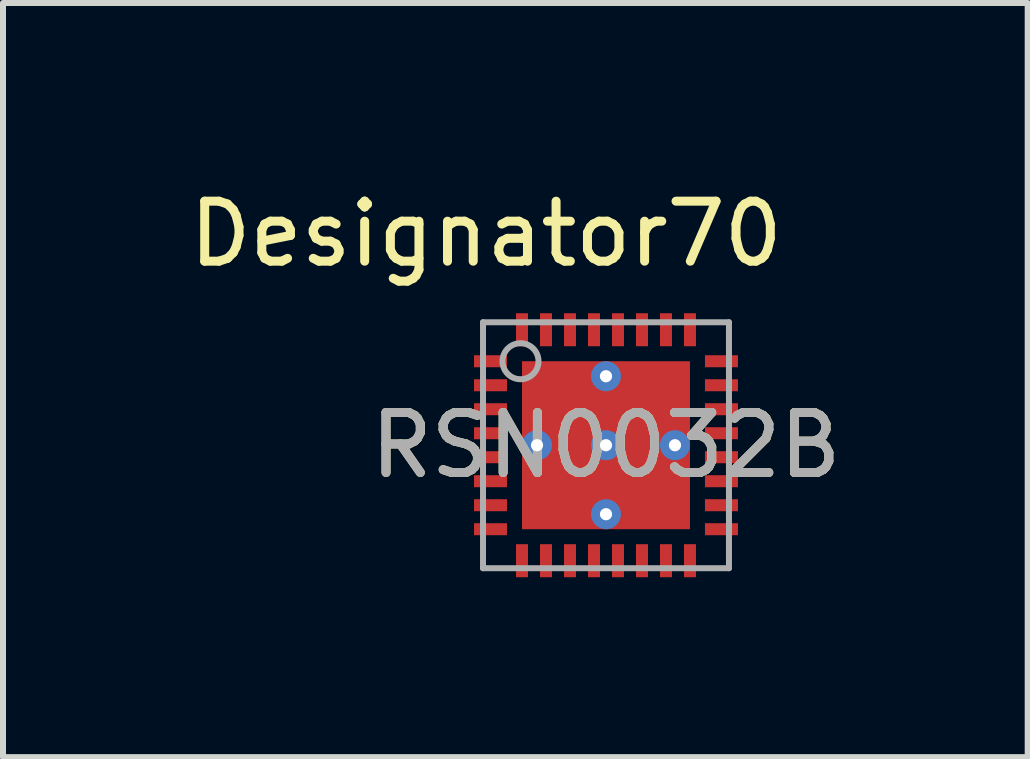
<source format=kicad_pcb>
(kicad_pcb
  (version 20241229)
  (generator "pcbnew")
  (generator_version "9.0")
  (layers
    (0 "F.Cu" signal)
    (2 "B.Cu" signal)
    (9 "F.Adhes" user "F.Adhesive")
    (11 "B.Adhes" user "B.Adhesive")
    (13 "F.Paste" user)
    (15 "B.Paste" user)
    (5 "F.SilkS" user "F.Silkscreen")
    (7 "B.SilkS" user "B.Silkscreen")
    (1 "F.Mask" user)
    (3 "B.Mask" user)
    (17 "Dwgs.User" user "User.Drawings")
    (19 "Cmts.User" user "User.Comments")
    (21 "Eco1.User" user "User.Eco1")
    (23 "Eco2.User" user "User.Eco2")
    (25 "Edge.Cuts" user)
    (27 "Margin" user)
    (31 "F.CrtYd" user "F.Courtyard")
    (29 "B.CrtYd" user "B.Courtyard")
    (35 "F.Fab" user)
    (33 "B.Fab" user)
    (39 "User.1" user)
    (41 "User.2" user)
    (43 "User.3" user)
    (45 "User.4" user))
  (footprint "RSN0032B"
    (layer "F.Cu")
    (at 7.052 4.372)
    (property "Reference" "RSN0032B" (at 0 0 0) (unlocked yes) (layer "F.SilkS") (effects (font (size 1 1) (thickness 0.15))))
    (attr smd)
    (fp_poly (pts (xy -0.1 -1.281) (xy -0.1 -0.149) (xy -0.101 -0.14) (xy -0.104 -0.13) (xy -0.108 -0.122) (xy -0.114 -0.114) (xy -0.122 -0.108) (xy -0.13 -0.104) (xy -0.14 -0.101) (xy -0.149 -0.1) (xy -1.281 -0.1) (xy -1.29 -0.101) (xy -1.3 -0.104) (xy -1.308 -0.108) (xy -1.316 -0.114) (xy -1.322 -0.122) (xy -1.326 -0.13) (xy -1.329 -0.14) (xy -1.33 -0.149) (xy -1.33 -1.281) (xy -1.329 -1.29) (xy -1.326 -1.3) (xy -1.322 -1.308) (xy -1.316 -1.316) (xy -1.308 -1.322) (xy -1.3 -1.326) (xy -1.29 -1.329) (xy -1.281 -1.33) (xy -0.149 -1.33) (xy -0.14 -1.329) (xy -0.13 -1.326) (xy -0.122 -1.322) (xy -0.114 -1.316) (xy -0.108 -1.308) (xy -0.104 -1.3) (xy -0.101 -1.29)) (stroke (width 0) (type solid)) (fill yes) (layer "F.Paste"))
    (fp_poly (pts (xy -0.1 0.149) (xy -0.1 1.281) (xy -0.101 1.29) (xy -0.104 1.3) (xy -0.108 1.308) (xy -0.114 1.316) (xy -0.122 1.322) (xy -0.13 1.326) (xy -0.14 1.329) (xy -0.149 1.33) (xy -1.281 1.33) (xy -1.29 1.329) (xy -1.3 1.326) (xy -1.308 1.322) (xy -1.316 1.316) (xy -1.322 1.308) (xy -1.326 1.3) (xy -1.329 1.29) (xy -1.33 1.281) (xy -1.33 0.149) (xy -1.329 0.14) (xy -1.326 0.13) (xy -1.322 0.122) (xy -1.316 0.114) (xy -1.308 0.108) (xy -1.3 0.104) (xy -1.29 0.101) (xy -1.281 0.1) (xy -0.149 0.1) (xy -0.14 0.101) (xy -0.13 0.104) (xy -0.122 0.108) (xy -0.114 0.114) (xy -0.108 0.122) (xy -0.104 0.13) (xy -0.101 0.14)) (stroke (width 0) (type solid)) (fill yes) (layer "F.Paste"))
    (fp_poly (pts (xy 0.1 -0.149) (xy 0.1 -1.281) (xy 0.101 -1.29) (xy 0.104 -1.3) (xy 0.108 -1.308) (xy 0.114 -1.316) (xy 0.122 -1.322) (xy 0.13 -1.326) (xy 0.14 -1.329) (xy 0.149 -1.33) (xy 1.281 -1.33) (xy 1.29 -1.329) (xy 1.3 -1.326) (xy 1.308 -1.322) (xy 1.316 -1.316) (xy 1.322 -1.308) (xy 1.326 -1.3) (xy 1.329 -1.29) (xy 1.33 -1.281) (xy 1.33 -0.149) (xy 1.329 -0.14) (xy 1.326 -0.13) (xy 1.322 -0.122) (xy 1.316 -0.114) (xy 1.308 -0.108) (xy 1.3 -0.104) (xy 1.29 -0.101) (xy 1.281 -0.1) (xy 0.149 -0.1) (xy 0.14 -0.101) (xy 0.13 -0.104) (xy 0.122 -0.108) (xy 0.114 -0.114) (xy 0.108 -0.122) (xy 0.104 -0.13) (xy 0.101 -0.14)) (stroke (width 0) (type solid)) (fill yes) (layer "F.Paste"))
    (fp_poly (pts (xy 0.1 1.281) (xy 0.1 0.149) (xy 0.101 0.14) (xy 0.104 0.13) (xy 0.108 0.122) (xy 0.114 0.114) (xy 0.122 0.108) (xy 0.13 0.104) (xy 0.14 0.101) (xy 0.149 0.1) (xy 1.281 0.1) (xy 1.29 0.101) (xy 1.3 0.104) (xy 1.308 0.108) (xy 1.316 0.114) (xy 1.322 0.122) (xy 1.326 0.13) (xy 1.329 0.14) (xy 1.33 0.149) (xy 1.33 1.281) (xy 1.329 1.29) (xy 1.326 1.3) (xy 1.322 1.308) (xy 1.316 1.316) (xy 1.308 1.322) (xy 1.3 1.326) (xy 1.29 1.329) (xy 1.281 1.33) (xy 0.149 1.33) (xy 0.14 1.329) (xy 0.13 1.326) (xy 0.122 1.322) (xy 0.114 1.316) (xy 0.108 1.308) (xy 0.104 1.3) (xy 0.101 1.29)) (stroke (width 0) (type solid)) (fill yes) (layer "F.Paste"))
    (fp_line (start -2.05 -2.05) (end 2.05 -2.05) (stroke (width 0.1) (type solid)) (layer "F.Fab"))
    (fp_line (start -2.05 2.05) (end -2.05 -2.05) (stroke (width 0.1) (type solid)) (layer "F.Fab"))
    (fp_line (start -2.05 2.05) (end 2.05 2.05) (stroke (width 0.1) (type solid)) (layer "F.Fab"))
    (fp_line (start 2.05 2.05) (end 2.05 -2.05) (stroke (width 0.1) (type solid)) (layer "F.Fab"))
    (fp_circle (center -1.425 -1.4) (end -1.125 -1.4) (stroke (width 0.1) (type solid)) (fill no) (layer "F.Fab"))
    (fp_text user "Designator70" (at -1.999 -3.523 0) (unlocked yes) (layer "F.SilkS") (effects (font (size 1 1) (thickness 0.15))))
    (fp_text user "${REFERENCE}" (at 0 0 0) (unlocked yes) (layer "F.Fab") (effects (font (size 1 1) (thickness 0.15))))
    (pad "1" smd rect (at -1.925 -1.4 90) (size 0.2 0.55) (layers "F.Cu" "F.Mask" "F.Paste"))
    (pad "2" smd rect (at -1.925 -1 90) (size 0.2 0.55) (layers "F.Cu" "F.Mask" "F.Paste"))
    (pad "3" smd rect (at -1.925 -0.6 90) (size 0.2 0.55) (layers "F.Cu" "F.Mask" "F.Paste"))
    (pad "4" smd rect (at -1.925 -0.2 90) (size 0.2 0.55) (layers "F.Cu" "F.Mask" "F.Paste"))
    (pad "5" smd rect (at -1.925 0.2 90) (size 0.2 0.55) (layers "F.Cu" "F.Mask" "F.Paste"))
    (pad "6" smd rect (at -1.925 0.6 90) (size 0.2 0.55) (layers "F.Cu" "F.Mask" "F.Paste"))
    (pad "7" smd rect (at -1.925 1 90) (size 0.2 0.55) (layers "F.Cu" "F.Mask" "F.Paste"))
    (pad "8" smd rect (at -1.925 1.4 90) (size 0.2 0.55) (layers "F.Cu" "F.Mask" "F.Paste"))
    (pad "9" smd rect (at -1.4 1.925) (size 0.2 0.55) (layers "F.Cu" "F.Mask" "F.Paste"))
    (pad "10" smd rect (at -1 1.925) (size 0.2 0.55) (layers "F.Cu" "F.Mask" "F.Paste"))
    (pad "11" smd rect (at -0.6 1.925) (size 0.2 0.55) (layers "F.Cu" "F.Mask" "F.Paste"))
    (pad "12" smd rect (at -0.2 1.925) (size 0.2 0.55) (layers "F.Cu" "F.Mask" "F.Paste"))
    (pad "13" smd rect (at 0.2 1.925) (size 0.2 0.55) (layers "F.Cu" "F.Mask" "F.Paste"))
    (pad "14" smd rect (at 0.6 1.925) (size 0.2 0.55) (layers "F.Cu" "F.Mask" "F.Paste"))
    (pad "15" smd rect (at 1 1.925) (size 0.2 0.55) (layers "F.Cu" "F.Mask" "F.Paste"))
    (pad "16" smd rect (at 1.4 1.925) (size 0.2 0.55) (layers "F.Cu" "F.Mask" "F.Paste"))
    (pad "17" smd rect (at 1.925 1.4 90) (size 0.2 0.55) (layers "F.Cu" "F.Mask" "F.Paste"))
    (pad "18" smd rect (at 1.925 1 90) (size 0.2 0.55) (layers "F.Cu" "F.Mask" "F.Paste"))
    (pad "19" smd rect (at 1.925 0.6 90) (size 0.2 0.55) (layers "F.Cu" "F.Mask" "F.Paste"))
    (pad "20" smd rect (at 1.925 0.2 90) (size 0.2 0.55) (layers "F.Cu" "F.Mask" "F.Paste"))
    (pad "21" smd rect (at 1.925 -0.2 90) (size 0.2 0.55) (layers "F.Cu" "F.Mask" "F.Paste"))
    (pad "22" smd rect (at 1.925 -0.6 90) (size 0.2 0.55) (layers "F.Cu" "F.Mask" "F.Paste"))
    (pad "23" smd rect (at 1.925 -1 90) (size 0.2 0.55) (layers "F.Cu" "F.Mask" "F.Paste"))
    (pad "24" smd rect (at 1.925 -1.4 90) (size 0.2 0.55) (layers "F.Cu" "F.Mask" "F.Paste"))
    (pad "25" smd rect (at 1.4 -1.925) (size 0.2 0.55) (layers "F.Cu" "F.Mask" "F.Paste"))
    (pad "26" smd rect (at 1 -1.925) (size 0.2 0.55) (layers "F.Cu" "F.Mask" "F.Paste"))
    (pad "27" smd rect (at 0.6 -1.925) (size 0.2 0.55) (layers "F.Cu" "F.Mask" "F.Paste"))
    (pad "28" smd rect (at 0.2 -1.925) (size 0.2 0.55) (layers "F.Cu" "F.Mask" "F.Paste"))
    (pad "29" smd rect (at -0.2 -1.925) (size 0.2 0.55) (layers "F.Cu" "F.Mask" "F.Paste"))
    (pad "30" smd rect (at -0.6 -1.925) (size 0.2 0.55) (layers "F.Cu" "F.Mask" "F.Paste"))
    (pad "31" smd rect (at -1 -1.925) (size 0.2 0.55) (layers "F.Cu" "F.Mask" "F.Paste"))
    (pad "32" smd rect (at -1.4 -1.925) (size 0.2 0.55) (layers "F.Cu" "F.Mask" "F.Paste"))
    (pad "33" smd rect (at 0.000003 0) (size 2.8 2.8) (layers "F.Cu" "F.Mask"))
    (pad "V" thru_hole circle (at -1.15 0) (size 0.5 0.5) (drill 0.203) (layers "*.Cu" "*.Mask"))
    (pad "V" thru_hole circle (at 0.000003 -1.15) (size 0.5 0.5) (drill 0.203) (layers "*.Cu" "*.Mask"))
    (pad "V" thru_hole circle (at 0.000003 0) (size 0.5 0.5) (drill 0.203) (layers "*.Cu" "*.Mask"))
    (pad "V" thru_hole circle (at 0.000003 1.15) (size 0.5 0.5) (drill 0.203) (layers "*.Cu" "*.Mask"))
    (pad "V" thru_hole circle (at 1.15 0) (size 0.5 0.5) (drill 0.203) (layers "*.Cu" "*.Mask")))
  (gr_rect
    (start -3 -3)
    (end 14.082 9.572)
    (stroke (width 0.1) (type default))
    (fill no)
    (layer "Edge.Cuts")))
</source>
